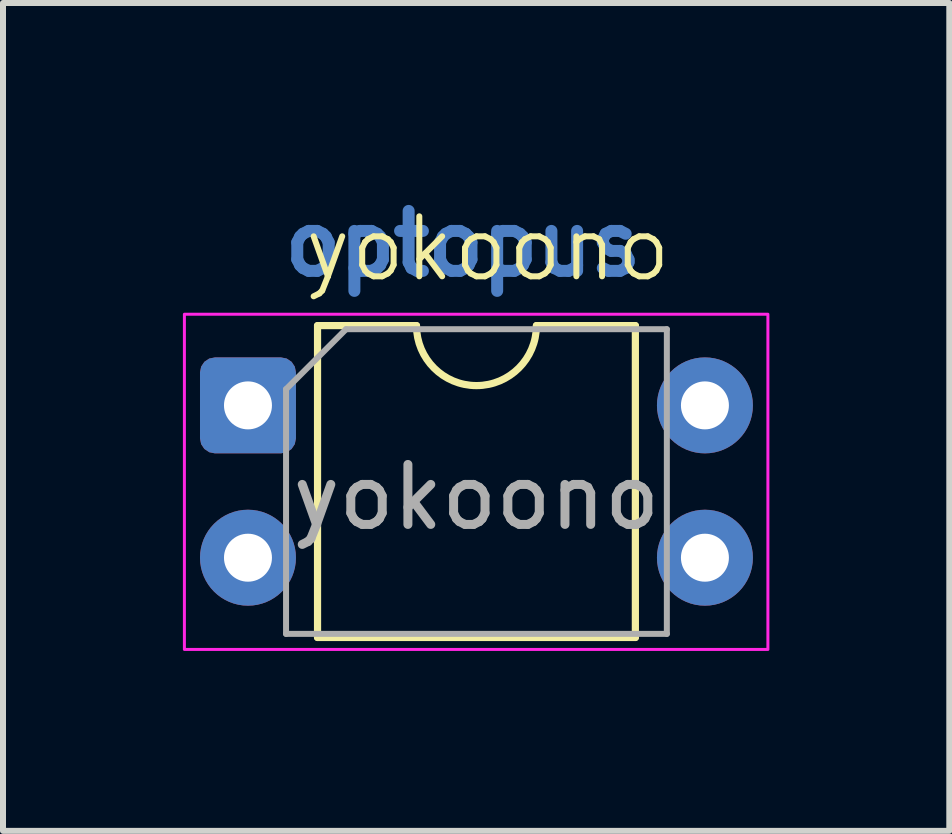
<source format=kicad_pcb>
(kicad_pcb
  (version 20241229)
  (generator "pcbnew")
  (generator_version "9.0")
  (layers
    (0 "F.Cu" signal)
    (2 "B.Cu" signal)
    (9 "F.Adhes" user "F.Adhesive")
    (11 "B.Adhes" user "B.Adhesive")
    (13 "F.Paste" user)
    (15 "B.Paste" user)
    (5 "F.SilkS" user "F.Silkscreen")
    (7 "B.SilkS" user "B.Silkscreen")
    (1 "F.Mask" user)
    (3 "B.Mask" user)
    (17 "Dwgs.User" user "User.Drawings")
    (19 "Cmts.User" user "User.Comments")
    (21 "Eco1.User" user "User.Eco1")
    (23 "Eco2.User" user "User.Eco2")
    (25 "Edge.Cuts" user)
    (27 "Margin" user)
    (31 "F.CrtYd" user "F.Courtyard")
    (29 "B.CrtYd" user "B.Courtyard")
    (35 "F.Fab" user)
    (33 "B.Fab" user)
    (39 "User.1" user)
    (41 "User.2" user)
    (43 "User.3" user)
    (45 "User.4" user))
  (footprint "yokoono"
    (layer "F.Cu")
    (at 5.085 1.6)
    (property "Reference" "yokoono" (at 0 -0.5 0) (unlocked yes) (layer "F.SilkS") (effects (font (size 1 1) (thickness 0.1))))
    (attr smd)
    (fp_line (start -2.84 0.78) (end -2.84 5.98) (stroke (width 0.12) (type solid)) (layer "F.SilkS"))
    (fp_line (start -2.84 5.98) (end 2.46 5.98) (stroke (width 0.12) (type solid)) (layer "F.SilkS"))
    (fp_line (start -1.19 0.78) (end -2.84 0.78) (stroke (width 0.12) (type solid)) (layer "F.SilkS"))
    (fp_line (start 2.46 0.78) (end 0.81 0.78) (stroke (width 0.12) (type solid)) (layer "F.SilkS"))
    (fp_line (start 2.46 5.98) (end 2.46 0.78) (stroke (width 0.12) (type solid)) (layer "F.SilkS"))
    (fp_arc (start 0.81 0.78) (mid -0.19 1.78) (end -1.19 0.78) (stroke (width 0.12) (type solid)) (layer "F.SilkS"))
    (fp_rect (start -5.06 0.59) (end 4.67 6.18) (stroke (width 0.05) (type solid)) (fill no) (layer "F.CrtYd"))
    (fp_line (start -3.365 1.84) (end -2.365 0.84) (stroke (width 0.1) (type solid)) (layer "F.Fab"))
    (fp_line (start -3.365 5.92) (end -3.365 1.84) (stroke (width 0.1) (type solid)) (layer "F.Fab"))
    (fp_line (start -2.365 0.84) (end 2.985 0.84) (stroke (width 0.1) (type solid)) (layer "F.Fab"))
    (fp_line (start 2.985 0.84) (end 2.985 5.92) (stroke (width 0.1) (type solid)) (layer "F.Fab"))
    (fp_line (start 2.985 5.92) (end -3.365 5.92) (stroke (width 0.1) (type solid)) (layer "F.Fab"))
    (fp_text user "optopus" (at -3.5 0 0) (unlocked yes) (layer "B.Cu") (effects (font (size 1 1) (thickness 0.2) (bold yes)) (justify left bottom)))
    (fp_text user "${REFERENCE}" (at -0.19 3.64 0) (layer "F.Fab") (effects (font (size 1 1) (thickness 0.15))))
    (pad "1" thru_hole roundrect (at -4 2.11) (size 1.6 1.6) (drill 0.8) (layers "*.Cu" "*.Mask") (roundrect_rratio 0.156))
    (pad "2" thru_hole circle (at -4 4.65) (size 1.6 1.6) (drill 0.8) (layers "*.Cu" "*.Mask"))
    (pad "3" thru_hole circle (at 3.62 4.65) (size 1.6 1.6) (drill 0.8) (layers "*.Cu" "*.Mask"))
    (pad "4" thru_hole circle (at 3.62 2.11) (size 1.6 1.6) (drill 0.8) (layers "*.Cu" "*.Mask")))
  (gr_rect
    (start -3 -3)
    (end 12.78 10.805)
    (stroke (width 0.1) (type default))
    (fill no)
    (layer "Edge.Cuts")))
</source>
